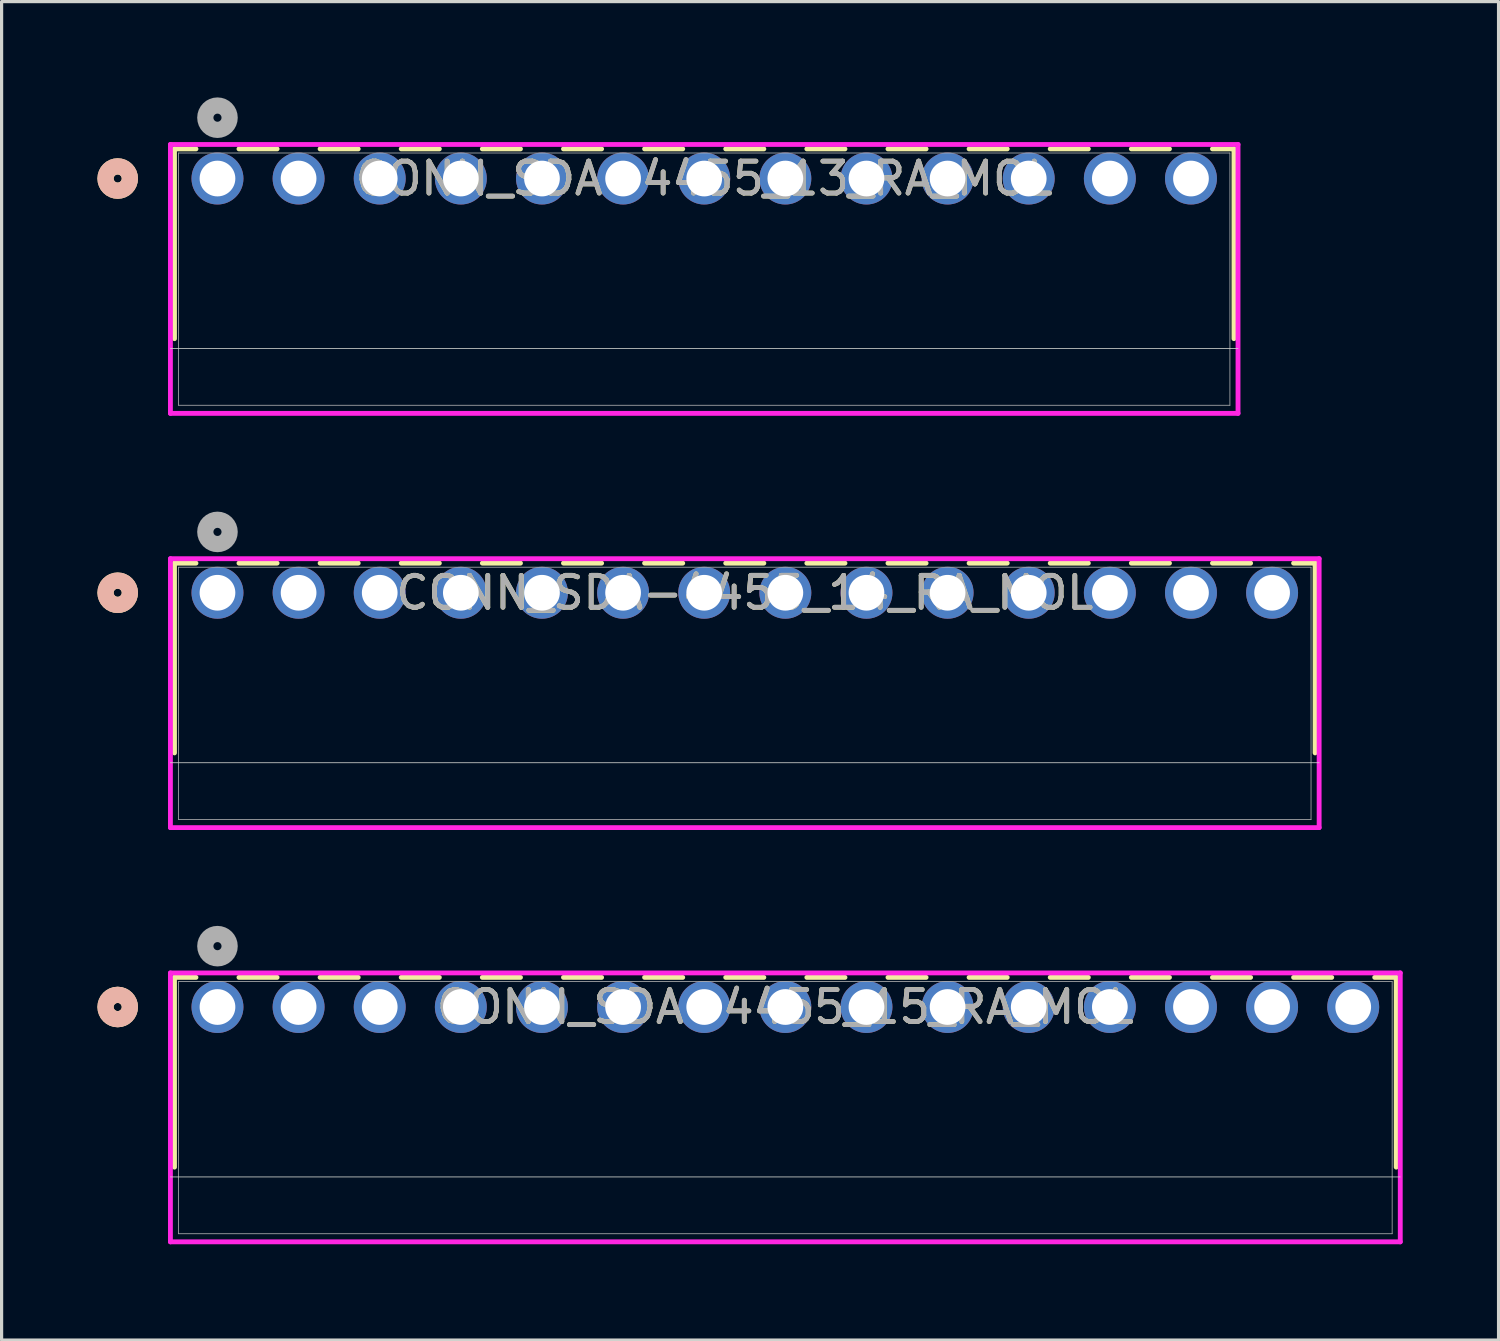
<source format=kicad_pcb>
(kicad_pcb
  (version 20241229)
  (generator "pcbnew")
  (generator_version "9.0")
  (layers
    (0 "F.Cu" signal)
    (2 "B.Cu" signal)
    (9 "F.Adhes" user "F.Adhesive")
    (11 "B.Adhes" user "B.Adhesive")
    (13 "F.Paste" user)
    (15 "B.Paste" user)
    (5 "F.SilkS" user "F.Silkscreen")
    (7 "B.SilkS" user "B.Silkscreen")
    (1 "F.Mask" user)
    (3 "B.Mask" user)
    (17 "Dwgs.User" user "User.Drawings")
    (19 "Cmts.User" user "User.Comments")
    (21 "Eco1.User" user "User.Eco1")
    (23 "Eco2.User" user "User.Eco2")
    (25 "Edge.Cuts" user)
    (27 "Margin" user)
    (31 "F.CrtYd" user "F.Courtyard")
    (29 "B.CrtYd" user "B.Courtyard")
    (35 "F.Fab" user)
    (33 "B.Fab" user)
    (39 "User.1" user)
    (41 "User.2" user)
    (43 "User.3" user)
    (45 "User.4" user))
  (footprint "CONN_SDA-4455_13_RA_MOL"
    (layer "F.Cu")
    (at 3.759 2.54)
    (property "Reference" "CONN_SDA-4455_13_RA_MOL" (at 15.24 0 0) (unlocked yes) (layer "F.SilkS") (effects (font (size 1 1) (thickness 0.15))))
    (attr through_hole)
    (fp_line (start -1.346 -0.927) (end -1.346 5.014) (stroke (width 0.152) (type solid)) (layer "F.SilkS"))
    (fp_line (start -0.673 -0.927) (end -1.346 -0.927) (stroke (width 0.152) (type solid)) (layer "F.SilkS"))
    (fp_line (start 1.867 -0.927) (end 0.673 -0.927) (stroke (width 0.152) (type solid)) (layer "F.SilkS"))
    (fp_line (start 4.407 -0.927) (end 3.213 -0.927) (stroke (width 0.152) (type solid)) (layer "F.SilkS"))
    (fp_line (start 6.947 -0.927) (end 5.753 -0.927) (stroke (width 0.152) (type solid)) (layer "F.SilkS"))
    (fp_line (start 9.487 -0.927) (end 8.293 -0.927) (stroke (width 0.152) (type solid)) (layer "F.SilkS"))
    (fp_line (start 12.027 -0.927) (end 10.833 -0.927) (stroke (width 0.152) (type solid)) (layer "F.SilkS"))
    (fp_line (start 14.567 -0.927) (end 13.373 -0.927) (stroke (width 0.152) (type solid)) (layer "F.SilkS"))
    (fp_line (start 17.107 -0.927) (end 15.913 -0.927) (stroke (width 0.152) (type solid)) (layer "F.SilkS"))
    (fp_line (start 19.647 -0.927) (end 18.453 -0.927) (stroke (width 0.152) (type solid)) (layer "F.SilkS"))
    (fp_line (start 22.187 -0.927) (end 20.993 -0.927) (stroke (width 0.152) (type solid)) (layer "F.SilkS"))
    (fp_line (start 24.727 -0.927) (end 23.533 -0.927) (stroke (width 0.152) (type solid)) (layer "F.SilkS"))
    (fp_line (start 27.267 -0.927) (end 26.073 -0.927) (stroke (width 0.152) (type solid)) (layer "F.SilkS"))
    (fp_line (start 29.807 -0.927) (end 28.613 -0.927) (stroke (width 0.152) (type solid)) (layer "F.SilkS"))
    (fp_line (start 31.826 -0.927) (end 31.153 -0.927) (stroke (width 0.152) (type solid)) (layer "F.SilkS"))
    (fp_line (start 31.826 5.014) (end 31.826 -0.927) (stroke (width 0.152) (type solid)) (layer "F.SilkS"))
    (fp_circle (center -3.124 0) (end -2.743 0) (stroke (width 0.508) (type solid)) (fill no) (layer "F.SilkS"))
    (fp_circle (center -3.124 0) (end -2.743 0) (stroke (width 0.508) (type solid)) (fill no) (layer "B.SilkS"))
    (fp_line (start -1.473 5.321) (end 31.953 5.321) (stroke (width 0.025) (type solid)) (layer "Edge.Cuts"))
    (fp_line (start -1.473 -1.067) (end -1.473 7.353) (stroke (width 0.152) (type solid)) (layer "F.CrtYd"))
    (fp_line (start -1.473 7.353) (end 31.953 7.353) (stroke (width 0.152) (type solid)) (layer "F.CrtYd"))
    (fp_line (start 31.953 -1.067) (end -1.473 -1.067) (stroke (width 0.152) (type solid)) (layer "F.CrtYd"))
    (fp_line (start 31.953 7.353) (end 31.953 -1.067) (stroke (width 0.152) (type solid)) (layer "F.CrtYd"))
    (fp_line (start -1.219 -0.8) (end -1.219 7.099) (stroke (width 0.025) (type solid)) (layer "F.Fab"))
    (fp_line (start -1.219 7.099) (end 31.699 7.099) (stroke (width 0.025) (type solid)) (layer "F.Fab"))
    (fp_line (start 31.699 -0.8) (end -1.219 -0.8) (stroke (width 0.025) (type solid)) (layer "F.Fab"))
    (fp_line (start 31.699 7.099) (end 31.699 -0.8) (stroke (width 0.025) (type solid)) (layer "F.Fab"))
    (fp_circle (center 0 -1.905) (end 0.381 -1.905) (stroke (width 0.508) (type solid)) (fill no) (layer "F.Fab"))
    (fp_text user "${REFERENCE}" (at 15.24 0 0) (unlocked yes) (layer "F.Fab") (effects (font (size 1 1) (thickness 0.15))))
    (pad "1" thru_hole circle (at 0 0) (size 1.626 1.626) (drill 1.118) (layers "*.Cu" "*.Mask"))
    (pad "2" thru_hole circle (at 2.54 0) (size 1.626 1.626) (drill 1.118) (layers "*.Cu" "*.Mask"))
    (pad "3" thru_hole circle (at 5.08 0) (size 1.626 1.626) (drill 1.118) (layers "*.Cu" "*.Mask"))
    (pad "4" thru_hole circle (at 7.62 0) (size 1.626 1.626) (drill 1.118) (layers "*.Cu" "*.Mask"))
    (pad "5" thru_hole circle (at 10.16 0) (size 1.626 1.626) (drill 1.118) (layers "*.Cu" "*.Mask"))
    (pad "6" thru_hole circle (at 12.7 0) (size 1.626 1.626) (drill 1.118) (layers "*.Cu" "*.Mask"))
    (pad "7" thru_hole circle (at 15.24 0) (size 1.626 1.626) (drill 1.118) (layers "*.Cu" "*.Mask"))
    (pad "8" thru_hole circle (at 17.78 0) (size 1.626 1.626) (drill 1.118) (layers "*.Cu" "*.Mask"))
    (pad "9" thru_hole circle (at 20.32 0) (size 1.626 1.626) (drill 1.118) (layers "*.Cu" "*.Mask"))
    (pad "10" thru_hole circle (at 22.86 0) (size 1.626 1.626) (drill 1.118) (layers "*.Cu" "*.Mask"))
    (pad "11" thru_hole circle (at 25.4 0) (size 1.626 1.626) (drill 1.118) (layers "*.Cu" "*.Mask"))
    (pad "12" thru_hole circle (at 27.94 0) (size 1.626 1.626) (drill 1.118) (layers "*.Cu" "*.Mask"))
    (pad "13" thru_hole circle (at 30.48 0) (size 1.626 1.626) (drill 1.118) (layers "*.Cu" "*.Mask")))
  (footprint "CONN_SDA-4455_15_RA_MOL"
    (layer "F.Cu")
    (at 3.759 28.479)
    (property "Reference" "CONN_SDA-4455_15_RA_MOL" (at 17.78 0 0) (unlocked yes) (layer "F.SilkS") (effects (font (size 1 1) (thickness 0.15))))
    (attr through_hole)
    (fp_line (start -1.346 -0.927) (end -1.346 5.014) (stroke (width 0.152) (type solid)) (layer "F.SilkS"))
    (fp_line (start -0.673 -0.927) (end -1.346 -0.927) (stroke (width 0.152) (type solid)) (layer "F.SilkS"))
    (fp_line (start 1.867 -0.927) (end 0.673 -0.927) (stroke (width 0.152) (type solid)) (layer "F.SilkS"))
    (fp_line (start 4.407 -0.927) (end 3.213 -0.927) (stroke (width 0.152) (type solid)) (layer "F.SilkS"))
    (fp_line (start 6.947 -0.927) (end 5.753 -0.927) (stroke (width 0.152) (type solid)) (layer "F.SilkS"))
    (fp_line (start 9.487 -0.927) (end 8.293 -0.927) (stroke (width 0.152) (type solid)) (layer "F.SilkS"))
    (fp_line (start 12.027 -0.927) (end 10.833 -0.927) (stroke (width 0.152) (type solid)) (layer "F.SilkS"))
    (fp_line (start 14.567 -0.927) (end 13.373 -0.927) (stroke (width 0.152) (type solid)) (layer "F.SilkS"))
    (fp_line (start 17.107 -0.927) (end 15.913 -0.927) (stroke (width 0.152) (type solid)) (layer "F.SilkS"))
    (fp_line (start 19.647 -0.927) (end 18.453 -0.927) (stroke (width 0.152) (type solid)) (layer "F.SilkS"))
    (fp_line (start 22.187 -0.927) (end 20.993 -0.927) (stroke (width 0.152) (type solid)) (layer "F.SilkS"))
    (fp_line (start 24.727 -0.927) (end 23.533 -0.927) (stroke (width 0.152) (type solid)) (layer "F.SilkS"))
    (fp_line (start 27.267 -0.927) (end 26.073 -0.927) (stroke (width 0.152) (type solid)) (layer "F.SilkS"))
    (fp_line (start 29.807 -0.927) (end 28.613 -0.927) (stroke (width 0.152) (type solid)) (layer "F.SilkS"))
    (fp_line (start 32.347 -0.927) (end 31.153 -0.927) (stroke (width 0.152) (type solid)) (layer "F.SilkS"))
    (fp_line (start 34.887 -0.927) (end 33.693 -0.927) (stroke (width 0.152) (type solid)) (layer "F.SilkS"))
    (fp_line (start 36.906 -0.927) (end 36.233 -0.927) (stroke (width 0.152) (type solid)) (layer "F.SilkS"))
    (fp_line (start 36.906 5.014) (end 36.906 -0.927) (stroke (width 0.152) (type solid)) (layer "F.SilkS"))
    (fp_circle (center -3.124 0) (end -2.743 0) (stroke (width 0.508) (type solid)) (fill no) (layer "F.SilkS"))
    (fp_circle (center -3.124 0) (end -2.743 0) (stroke (width 0.508) (type solid)) (fill no) (layer "B.SilkS"))
    (fp_line (start -1.473 5.321) (end 37.033 5.321) (stroke (width 0.025) (type solid)) (layer "Edge.Cuts"))
    (fp_line (start -1.473 -1.067) (end -1.473 7.353) (stroke (width 0.152) (type solid)) (layer "F.CrtYd"))
    (fp_line (start -1.473 7.353) (end 37.033 7.353) (stroke (width 0.152) (type solid)) (layer "F.CrtYd"))
    (fp_line (start 37.033 -1.067) (end -1.473 -1.067) (stroke (width 0.152) (type solid)) (layer "F.CrtYd"))
    (fp_line (start 37.033 7.353) (end 37.033 -1.067) (stroke (width 0.152) (type solid)) (layer "F.CrtYd"))
    (fp_line (start -1.219 -0.8) (end -1.219 7.099) (stroke (width 0.025) (type solid)) (layer "F.Fab"))
    (fp_line (start -1.219 7.099) (end 36.779 7.099) (stroke (width 0.025) (type solid)) (layer "F.Fab"))
    (fp_line (start 36.779 -0.8) (end -1.219 -0.8) (stroke (width 0.025) (type solid)) (layer "F.Fab"))
    (fp_line (start 36.779 7.099) (end 36.779 -0.8) (stroke (width 0.025) (type solid)) (layer "F.Fab"))
    (fp_circle (center 0 -1.905) (end 0.381 -1.905) (stroke (width 0.508) (type solid)) (fill no) (layer "F.Fab"))
    (fp_text user "${REFERENCE}" (at 17.78 0 0) (unlocked yes) (layer "F.Fab") (effects (font (size 1 1) (thickness 0.15))))
    (pad "1" thru_hole circle (at 0 0) (size 1.626 1.626) (drill 1.118) (layers "*.Cu" "*.Mask"))
    (pad "2" thru_hole circle (at 2.54 0) (size 1.626 1.626) (drill 1.118) (layers "*.Cu" "*.Mask"))
    (pad "3" thru_hole circle (at 5.08 0) (size 1.626 1.626) (drill 1.118) (layers "*.Cu" "*.Mask"))
    (pad "4" thru_hole circle (at 7.62 0) (size 1.626 1.626) (drill 1.118) (layers "*.Cu" "*.Mask"))
    (pad "5" thru_hole circle (at 10.16 0) (size 1.626 1.626) (drill 1.118) (layers "*.Cu" "*.Mask"))
    (pad "6" thru_hole circle (at 12.7 0) (size 1.626 1.626) (drill 1.118) (layers "*.Cu" "*.Mask"))
    (pad "7" thru_hole circle (at 15.24 0) (size 1.626 1.626) (drill 1.118) (layers "*.Cu" "*.Mask"))
    (pad "8" thru_hole circle (at 17.78 0) (size 1.626 1.626) (drill 1.118) (layers "*.Cu" "*.Mask"))
    (pad "9" thru_hole circle (at 20.32 0) (size 1.626 1.626) (drill 1.118) (layers "*.Cu" "*.Mask"))
    (pad "10" thru_hole circle (at 22.86 0) (size 1.626 1.626) (drill 1.118) (layers "*.Cu" "*.Mask"))
    (pad "11" thru_hole circle (at 25.4 0) (size 1.626 1.626) (drill 1.118) (layers "*.Cu" "*.Mask"))
    (pad "12" thru_hole circle (at 27.94 0) (size 1.626 1.626) (drill 1.118) (layers "*.Cu" "*.Mask"))
    (pad "13" thru_hole circle (at 30.48 0) (size 1.626 1.626) (drill 1.118) (layers "*.Cu" "*.Mask"))
    (pad "14" thru_hole circle (at 33.02 0) (size 1.626 1.626) (drill 1.118) (layers "*.Cu" "*.Mask"))
    (pad "15" thru_hole circle (at 35.56 0) (size 1.626 1.626) (drill 1.118) (layers "*.Cu" "*.Mask")))
  (footprint "CONN_SDA-4455_14_RA_MOL"
    (layer "F.Cu")
    (at 3.759 15.509)
    (property "Reference" "CONN_SDA-4455_14_RA_MOL" (at 16.51 0 0) (unlocked yes) (layer "F.SilkS") (effects (font (size 1 1) (thickness 0.15))))
    (attr through_hole)
    (fp_line (start -1.346 -0.927) (end -1.346 5.014) (stroke (width 0.152) (type solid)) (layer "F.SilkS"))
    (fp_line (start -0.673 -0.927) (end -1.346 -0.927) (stroke (width 0.152) (type solid)) (layer "F.SilkS"))
    (fp_line (start 1.867 -0.927) (end 0.673 -0.927) (stroke (width 0.152) (type solid)) (layer "F.SilkS"))
    (fp_line (start 4.407 -0.927) (end 3.213 -0.927) (stroke (width 0.152) (type solid)) (layer "F.SilkS"))
    (fp_line (start 6.947 -0.927) (end 5.753 -0.927) (stroke (width 0.152) (type solid)) (layer "F.SilkS"))
    (fp_line (start 9.487 -0.927) (end 8.293 -0.927) (stroke (width 0.152) (type solid)) (layer "F.SilkS"))
    (fp_line (start 12.027 -0.927) (end 10.833 -0.927) (stroke (width 0.152) (type solid)) (layer "F.SilkS"))
    (fp_line (start 14.567 -0.927) (end 13.373 -0.927) (stroke (width 0.152) (type solid)) (layer "F.SilkS"))
    (fp_line (start 17.107 -0.927) (end 15.913 -0.927) (stroke (width 0.152) (type solid)) (layer "F.SilkS"))
    (fp_line (start 19.647 -0.927) (end 18.453 -0.927) (stroke (width 0.152) (type solid)) (layer "F.SilkS"))
    (fp_line (start 22.187 -0.927) (end 20.993 -0.927) (stroke (width 0.152) (type solid)) (layer "F.SilkS"))
    (fp_line (start 24.727 -0.927) (end 23.533 -0.927) (stroke (width 0.152) (type solid)) (layer "F.SilkS"))
    (fp_line (start 27.267 -0.927) (end 26.073 -0.927) (stroke (width 0.152) (type solid)) (layer "F.SilkS"))
    (fp_line (start 29.807 -0.927) (end 28.613 -0.927) (stroke (width 0.152) (type solid)) (layer "F.SilkS"))
    (fp_line (start 32.347 -0.927) (end 31.153 -0.927) (stroke (width 0.152) (type solid)) (layer "F.SilkS"))
    (fp_line (start 34.366 -0.927) (end 33.693 -0.927) (stroke (width 0.152) (type solid)) (layer "F.SilkS"))
    (fp_line (start 34.366 5.014) (end 34.366 -0.927) (stroke (width 0.152) (type solid)) (layer "F.SilkS"))
    (fp_circle (center -3.124 0) (end -2.743 0) (stroke (width 0.508) (type solid)) (fill no) (layer "F.SilkS"))
    (fp_circle (center -3.124 0) (end -2.743 0) (stroke (width 0.508) (type solid)) (fill no) (layer "B.SilkS"))
    (fp_line (start -1.473 5.321) (end 34.493 5.321) (stroke (width 0.025) (type solid)) (layer "Edge.Cuts"))
    (fp_line (start -1.473 -1.067) (end -1.473 7.353) (stroke (width 0.152) (type solid)) (layer "F.CrtYd"))
    (fp_line (start -1.473 7.353) (end 34.493 7.353) (stroke (width 0.152) (type solid)) (layer "F.CrtYd"))
    (fp_line (start 34.493 -1.067) (end -1.473 -1.067) (stroke (width 0.152) (type solid)) (layer "F.CrtYd"))
    (fp_line (start 34.493 7.353) (end 34.493 -1.067) (stroke (width 0.152) (type solid)) (layer "F.CrtYd"))
    (fp_line (start -1.219 -0.8) (end -1.219 7.099) (stroke (width 0.025) (type solid)) (layer "F.Fab"))
    (fp_line (start -1.219 7.099) (end 34.239 7.099) (stroke (width 0.025) (type solid)) (layer "F.Fab"))
    (fp_line (start 34.239 -0.8) (end -1.219 -0.8) (stroke (width 0.025) (type solid)) (layer "F.Fab"))
    (fp_line (start 34.239 7.099) (end 34.239 -0.8) (stroke (width 0.025) (type solid)) (layer "F.Fab"))
    (fp_circle (center 0 -1.905) (end 0.381 -1.905) (stroke (width 0.508) (type solid)) (fill no) (layer "F.Fab"))
    (fp_text user "${REFERENCE}" (at 16.51 0 0) (unlocked yes) (layer "F.Fab") (effects (font (size 1 1) (thickness 0.15))))
    (pad "1" thru_hole circle (at 0 0) (size 1.626 1.626) (drill 1.118) (layers "*.Cu" "*.Mask"))
    (pad "2" thru_hole circle (at 2.54 0) (size 1.626 1.626) (drill 1.118) (layers "*.Cu" "*.Mask"))
    (pad "3" thru_hole circle (at 5.08 0) (size 1.626 1.626) (drill 1.118) (layers "*.Cu" "*.Mask"))
    (pad "4" thru_hole circle (at 7.62 0) (size 1.626 1.626) (drill 1.118) (layers "*.Cu" "*.Mask"))
    (pad "5" thru_hole circle (at 10.16 0) (size 1.626 1.626) (drill 1.118) (layers "*.Cu" "*.Mask"))
    (pad "6" thru_hole circle (at 12.7 0) (size 1.626 1.626) (drill 1.118) (layers "*.Cu" "*.Mask"))
    (pad "7" thru_hole circle (at 15.24 0) (size 1.626 1.626) (drill 1.118) (layers "*.Cu" "*.Mask"))
    (pad "8" thru_hole circle (at 17.78 0) (size 1.626 1.626) (drill 1.118) (layers "*.Cu" "*.Mask"))
    (pad "9" thru_hole circle (at 20.32 0) (size 1.626 1.626) (drill 1.118) (layers "*.Cu" "*.Mask"))
    (pad "10" thru_hole circle (at 22.86 0) (size 1.626 1.626) (drill 1.118) (layers "*.Cu" "*.Mask"))
    (pad "11" thru_hole circle (at 25.4 0) (size 1.626 1.626) (drill 1.118) (layers "*.Cu" "*.Mask"))
    (pad "12" thru_hole circle (at 27.94 0) (size 1.626 1.626) (drill 1.118) (layers "*.Cu" "*.Mask"))
    (pad "13" thru_hole circle (at 30.48 0) (size 1.626 1.626) (drill 1.118) (layers "*.Cu" "*.Mask"))
    (pad "14" thru_hole circle (at 33.02 0) (size 1.626 1.626) (drill 1.118) (layers "*.Cu" "*.Mask")))
  (gr_rect
    (start -3 -3)
    (end 43.869 38.908)
    (stroke (width 0.1) (type default))
    (fill no)
    (layer "Edge.Cuts")))
</source>
